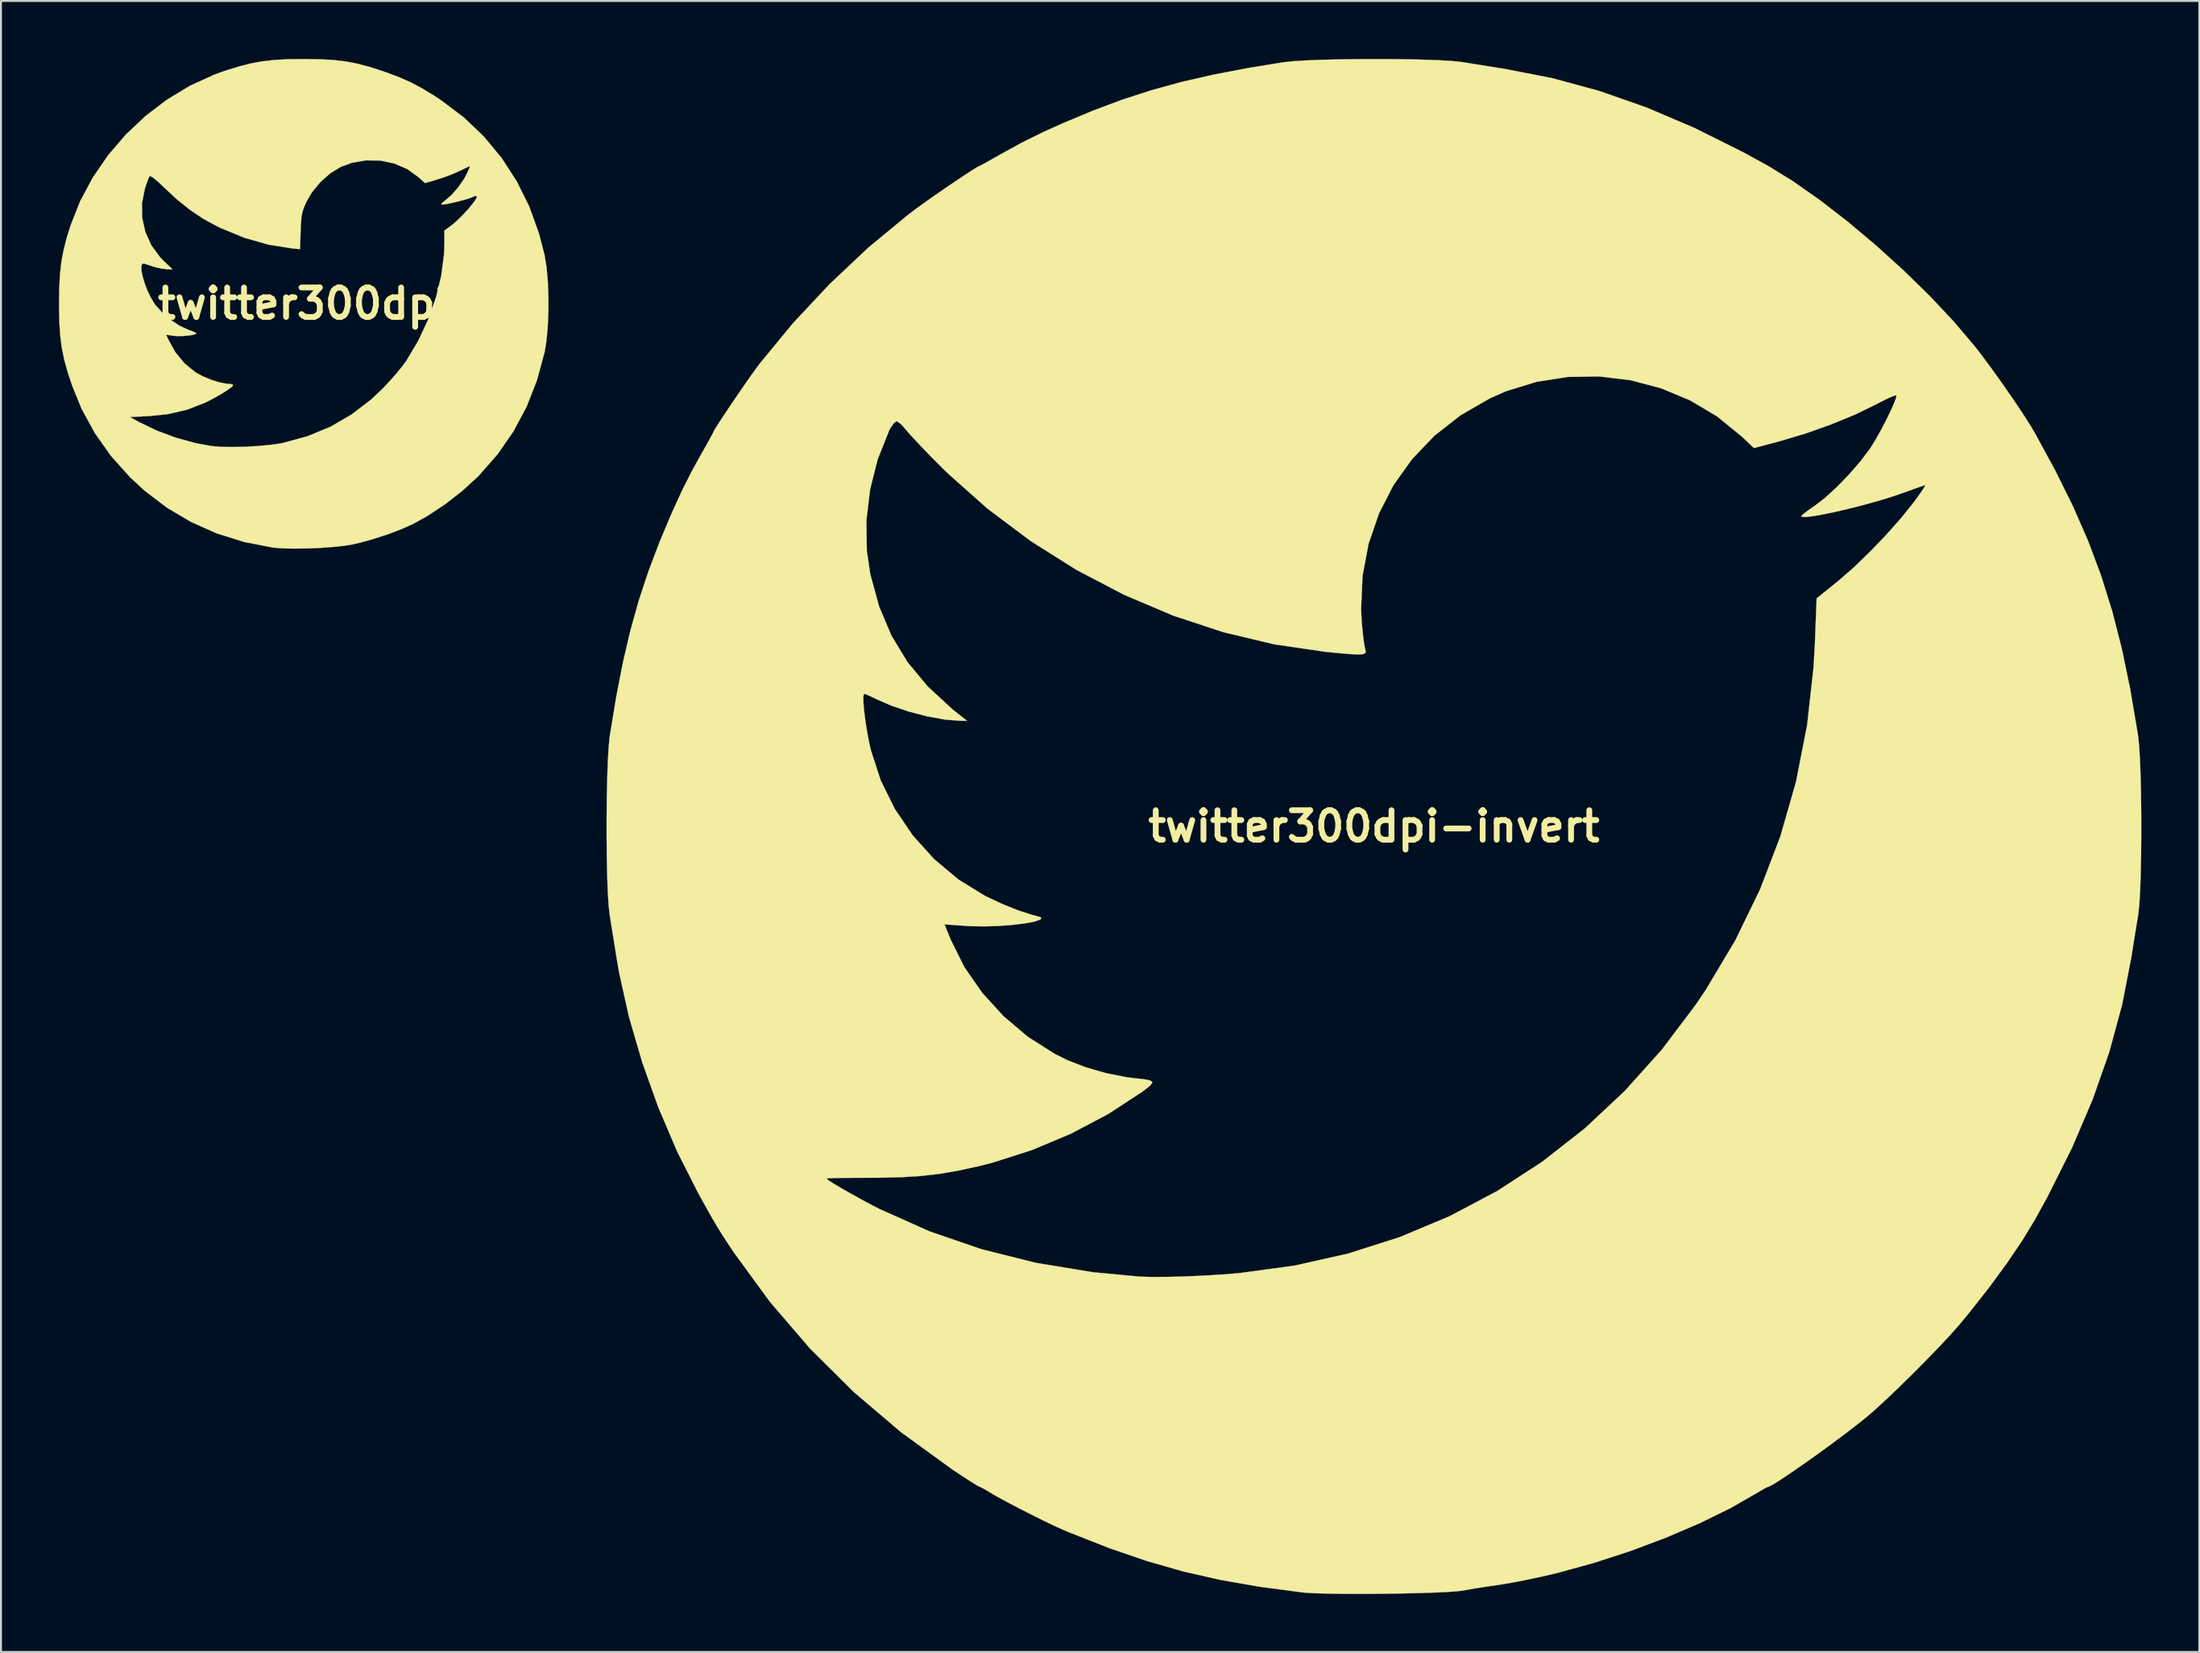
<source format=kicad_pcb>
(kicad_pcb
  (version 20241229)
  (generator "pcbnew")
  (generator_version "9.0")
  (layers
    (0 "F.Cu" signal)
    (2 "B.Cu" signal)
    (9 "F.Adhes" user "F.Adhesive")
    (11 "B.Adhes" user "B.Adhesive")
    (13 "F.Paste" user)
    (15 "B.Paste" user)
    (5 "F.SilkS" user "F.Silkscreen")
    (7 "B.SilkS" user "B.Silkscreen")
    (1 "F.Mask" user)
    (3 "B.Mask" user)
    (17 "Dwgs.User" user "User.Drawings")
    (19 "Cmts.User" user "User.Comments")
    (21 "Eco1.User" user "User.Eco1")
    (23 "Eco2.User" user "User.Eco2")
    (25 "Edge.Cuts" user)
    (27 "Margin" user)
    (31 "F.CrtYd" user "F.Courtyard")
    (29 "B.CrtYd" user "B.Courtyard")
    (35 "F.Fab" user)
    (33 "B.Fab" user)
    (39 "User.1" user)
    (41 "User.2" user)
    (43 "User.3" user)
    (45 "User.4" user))
  (footprint "twitter300dpi"
    (layer "F.Cu")
    (at 12.655 12.655)
    (property "Reference" "twitter300dpi" (at 0 0 0) (layer "F.SilkS") (effects (font (size 1.524 1.524) (thickness 0.3))))
    (attr through_hole)
    (fp_poly (pts (xy 0.829 -12.639) (xy 1.537 -12.601) (xy 2.171 -12.527) (xy 2.778 -12.411) (xy 3.404 -12.246) (xy 4.099 -12.023) (xy 4.239 -11.974) (xy 4.928 -11.717) (xy 5.542 -11.445) (xy 6.138 -11.129) (xy 6.774 -10.74) (xy 7.121 -10.511) (xy 8.288 -9.629) (xy 9.329 -8.635) (xy 10.241 -7.534) (xy 11.021 -6.33) (xy 11.666 -5.03) (xy 12.171 -3.638) (xy 12.463 -2.51) (xy 12.563 -1.889) (xy 12.63 -1.15) (xy 12.661 -0.343) (xy 12.658 0.484) (xy 12.621 1.283) (xy 12.549 2.005) (xy 12.463 2.51) (xy 12.068 3.967) (xy 11.533 5.33) (xy 10.856 6.602) (xy 10.035 7.787) (xy 9.068 8.888) (xy 8.978 8.978) (xy 8.187 9.701) (xy 7.305 10.385) (xy 6.391 10.989) (xy 5.675 11.386) (xy 5.094 11.649) (xy 4.406 11.912) (xy 3.67 12.155) (xy 2.947 12.358) (xy 2.553 12.45) (xy 2.085 12.527) (xy 1.499 12.589) (xy 0.842 12.635) (xy 0.162 12.663) (xy -0.497 12.671) (xy -1.087 12.658) (xy -1.562 12.62) (xy -1.609 12.614) (xy -3.081 12.327) (xy -4.484 11.888) (xy -5.811 11.299) (xy -7.058 10.563) (xy -8.218 9.682) (xy -8.978 8.979) (xy -9.963 7.879) (xy -10.798 6.699) (xy -11.252 5.866) (xy -8.986 5.866) (xy -8.536 6.115) (xy -7.597 6.568) (xy -6.574 6.947) (xy -5.533 7.229) (xy -4.741 7.369) (xy -4.269 7.407) (xy -3.682 7.417) (xy -3.031 7.403) (xy -2.369 7.366) (xy -1.748 7.309) (xy -1.218 7.235) (xy -1.058 7.204) (xy 0.212 6.854) (xy 1.386 6.368) (xy 2.473 5.739) (xy 3.485 4.963) (xy 4.069 4.414) (xy 4.421 4.043) (xy 4.774 3.643) (xy 5.085 3.263) (xy 5.307 2.963) (xy 5.922 1.933) (xy 6.437 0.834) (xy 6.838 -0.301) (xy 7.117 -1.44) (xy 7.262 -2.549) (xy 7.281 -3.09) (xy 7.281 -3.779) (xy 7.674 -4.069) (xy 7.915 -4.274) (xy 8.207 -4.559) (xy 8.496 -4.871) (xy 8.566 -4.952) (xy 8.821 -5.271) (xy 8.952 -5.48) (xy 8.958 -5.577) (xy 8.84 -5.561) (xy 8.731 -5.509) (xy 8.571 -5.446) (xy 8.313 -5.369) (xy 8.003 -5.287) (xy 7.684 -5.212) (xy 7.402 -5.154) (xy 7.199 -5.123) (xy 7.122 -5.127) (xy 7.153 -5.197) (xy 7.285 -5.308) (xy 7.286 -5.309) (xy 7.64 -5.609) (xy 7.994 -6.011) (xy 8.298 -6.455) (xy 8.392 -6.625) (xy 8.512 -6.873) (xy 8.589 -7.049) (xy 8.604 -7.112) (xy 8.516 -7.077) (xy 8.32 -6.986) (xy 8.066 -6.863) (xy 7.719 -6.709) (xy 7.301 -6.549) (xy 6.921 -6.424) (xy 6.277 -6.235) (xy 5.922 -6.556) (xy 5.345 -6.967) (xy 4.684 -7.25) (xy 3.969 -7.4) (xy 3.23 -7.413) (xy 2.499 -7.287) (xy 1.914 -7.07) (xy 1.377 -6.741) (xy 0.868 -6.289) (xy 0.433 -5.763) (xy 0.149 -5.279) (xy 0.025 -5) (xy -0.057 -4.76) (xy -0.108 -4.506) (xy -0.137 -4.186) (xy -0.156 -3.758) (xy -0.187 -2.817) (xy -0.58 -2.854) (xy -1.814 -3.05) (xy -3.06 -3.405) (xy -4.292 -3.911) (xy -4.445 -3.984) (xy -5.187 -4.387) (xy -5.877 -4.848) (xy -6.559 -5.398) (xy -7.193 -5.986) (xy -7.536 -6.31) (xy -7.777 -6.51) (xy -7.924 -6.593) (xy -7.976 -6.581) (xy -8.035 -6.45) (xy -8.123 -6.211) (xy -8.213 -5.939) (xy -8.362 -5.192) (xy -8.351 -4.439) (xy -8.188 -3.706) (xy -7.878 -3.019) (xy -7.429 -2.403) (xy -7.23 -2.2) (xy -6.783 -1.778) (xy -7.061 -1.778) (xy -7.352 -1.811) (xy -7.726 -1.9) (xy -8.114 -2.026) (xy -8.234 -2.073) (xy -8.347 -2.063) (xy -8.395 -1.927) (xy -8.385 -1.692) (xy -8.323 -1.386) (xy -8.218 -1.036) (xy -8.076 -0.668) (xy -7.904 -0.311) (xy -7.71 0.009) (xy -7.672 0.063) (xy -7.324 0.456) (xy -6.891 0.828) (xy -6.427 1.138) (xy -5.986 1.345) (xy -5.948 1.358) (xy -5.725 1.44) (xy -5.574 1.514) (xy -5.557 1.527) (xy -5.583 1.574) (xy -5.736 1.618) (xy -5.973 1.653) (xy -6.252 1.675) (xy -6.531 1.679) (xy -6.768 1.662) (xy -6.776 1.66) (xy -7.109 1.607) (xy -7.008 1.841) (xy -6.636 2.514) (xy -6.154 3.097) (xy -5.591 3.554) (xy -5.586 3.558) (xy -5.222 3.755) (xy -4.797 3.933) (xy -4.372 4.068) (xy -4.005 4.141) (xy -3.887 4.149) (xy -3.712 4.168) (xy -3.641 4.214) (xy -3.711 4.302) (xy -3.902 4.446) (xy -4.183 4.627) (xy -4.522 4.825) (xy -4.887 5.02) (xy -5.106 5.127) (xy -6.035 5.488) (xy -7.034 5.718) (xy -8.028 5.819) (xy -8.986 5.866) (xy -11.252 5.866) (xy -11.485 5.439) (xy -11.974 4.239) (xy -12.209 3.528) (xy -12.384 2.892) (xy -12.509 2.285) (xy -12.59 1.659) (xy -12.634 0.969) (xy -12.65 0.166) (xy -12.65 0) (xy -12.639 -0.823) (xy -12.602 -1.526) (xy -12.531 -2.154) (xy -12.419 -2.755) (xy -12.261 -3.377) (xy -12.061 -4.027) (xy -11.555 -5.308) (xy -10.901 -6.529) (xy -10.111 -7.679) (xy -9.2 -8.741) (xy -8.181 -9.703) (xy -7.07 -10.55) (xy -5.878 -11.269) (xy -4.622 -11.845) (xy -4.022 -12.059) (xy -3.339 -12.269) (xy -2.725 -12.425) (xy -2.131 -12.534) (xy -1.51 -12.603) (xy -0.816 -12.64) (xy 0 -12.65) (xy 0.829 -12.639)) (stroke (width 0.01) (type solid)) (fill yes) (layer "F.SilkS")))
  (footprint "twitter300dpi-invert"
    (layer "F.Cu")
    (at 68.015 39.694)
    (property "Reference" "twitter300dpi-invert" (at 0 0 0) (layer "F.SilkS") (effects (font (size 1.524 1.524) (thickness 0.3))))
    (attr through_hole)
    (fp_poly (pts (xy 1.499 -39.68) (xy 2.473 -39.66) (xy 3.334 -39.63) (xy 4.036 -39.589) (xy 4.534 -39.537) (xy 4.572 -39.531) (xy 5.143 -39.439) (xy 5.843 -39.326) (xy 6.552 -39.213) (xy 6.795 -39.175) (xy 9.233 -38.699) (xy 11.658 -38.039) (xy 14.097 -37.185) (xy 16.579 -36.127) (xy 19.129 -34.854) (xy 20.38 -34.167) (xy 21.678 -33.367) (xy 23.071 -32.389) (xy 24.515 -31.271) (xy 25.97 -30.049) (xy 27.392 -28.76) (xy 28.741 -27.442) (xy 29.974 -26.131) (xy 31.05 -24.865) (xy 31.378 -24.444) (xy 31.927 -23.705) (xy 32.495 -22.912) (xy 33.045 -22.12) (xy 33.541 -21.381) (xy 33.946 -20.748) (xy 34.177 -20.362) (xy 35.242 -18.403) (xy 36.159 -16.551) (xy 36.944 -14.755) (xy 37.614 -12.965) (xy 38.188 -11.129) (xy 38.682 -9.196) (xy 39.114 -7.116) (xy 39.501 -4.836) (xy 39.522 -4.699) (xy 39.576 -4.195) (xy 39.62 -3.488) (xy 39.653 -2.624) (xy 39.676 -1.648) (xy 39.688 -0.605) (xy 39.689 0.461) (xy 39.68 1.503) (xy 39.66 2.477) (xy 39.629 3.337) (xy 39.588 4.038) (xy 39.536 4.535) (xy 39.53 4.572) (xy 39.436 5.143) (xy 39.323 5.843) (xy 39.21 6.552) (xy 39.172 6.795) (xy 38.694 9.245) (xy 38.031 11.68) (xy 37.174 14.126) (xy 36.112 16.612) (xy 34.834 19.166) (xy 34.179 20.357) (xy 33.537 21.413) (xy 32.741 22.59) (xy 31.827 23.838) (xy 30.829 25.108) (xy 30.273 25.781) (xy 29.818 26.296) (xy 29.231 26.924) (xy 28.555 27.622) (xy 27.835 28.346) (xy 27.115 29.052) (xy 26.44 29.694) (xy 25.855 30.23) (xy 25.463 30.566) (xy 24.93 30.989) (xy 24.314 31.462) (xy 23.647 31.959) (xy 22.963 32.457) (xy 22.295 32.932) (xy 21.677 33.362) (xy 21.142 33.722) (xy 20.724 33.989) (xy 20.455 34.139) (xy 20.382 34.163) (xy 20.243 34.225) (xy 19.972 34.38) (xy 19.841 34.46) (xy 18.451 35.257) (xy 16.858 36.04) (xy 15.115 36.787) (xy 13.274 37.479) (xy 11.386 38.094) (xy 9.504 38.611) (xy 9.335 38.652) (xy 8.572 38.828) (xy 7.779 38.995) (xy 7.044 39.136) (xy 6.457 39.232) (xy 6.413 39.238) (xy 5.808 39.325) (xy 5.212 39.419) (xy 4.733 39.503) (xy 4.636 39.522) (xy 4.3 39.564) (xy 3.754 39.602) (xy 3.04 39.634) (xy 2.201 39.66) (xy 1.28 39.68) (xy 0.32 39.692) (xy -0.636 39.698) (xy -1.545 39.696) (xy -2.364 39.685) (xy -3.049 39.665) (xy -3.559 39.636) (xy -3.683 39.624) (xy -5.899 39.332) (xy -7.938 38.976) (xy -9.87 38.536) (xy -11.767 37.992) (xy -13.702 37.327) (xy -15.745 36.522) (xy -16.066 36.388) (xy -16.492 36.196) (xy -17.059 35.924) (xy -17.705 35.604) (xy -18.367 35.266) (xy -18.982 34.944) (xy -19.49 34.668) (xy -19.816 34.478) (xy -20.127 34.291) (xy -20.342 34.178) (xy -20.388 34.163) (xy -20.516 34.096) (xy -20.811 33.914) (xy -21.233 33.642) (xy -21.738 33.308) (xy -21.816 33.256) (xy -24.448 31.345) (xy -26.9 29.261) (xy -29.165 27.01) (xy -31.236 24.6) (xy -33.106 22.038) (xy -33.123 22.013) (xy -33.459 21.508) (xy -33.729 21.091) (xy -33.97 20.703) (xy -34.216 20.285) (xy -34.503 19.777) (xy -34.867 19.12) (xy -34.976 18.923) (xy -35.333 18.216) (xy -28.321 18.216) (xy -28.216 18.305) (xy -27.932 18.487) (xy -27.514 18.735) (xy -27.007 19.024) (xy -26.457 19.327) (xy -25.909 19.619) (xy -25.544 19.805) (xy -22.981 20.949) (xy -20.295 21.872) (xy -17.486 22.575) (xy -14.551 23.059) (xy -12.129 23.287) (xy -11.512 23.307) (xy -10.708 23.303) (xy -9.781 23.279) (xy -8.797 23.236) (xy -7.821 23.177) (xy -6.985 23.109) (xy -4.115 22.72) (xy -1.337 22.096) (xy 1.343 21.241) (xy 3.916 20.161) (xy 6.373 18.861) (xy 8.707 17.345) (xy 10.909 15.619) (xy 12.971 13.687) (xy 14.886 11.555) (xy 16.645 9.226) (xy 17.17 8.445) (xy 18.691 5.895) (xy 19.974 3.254) (xy 21.02 0.521) (xy 21.83 -2.304) (xy 22.403 -5.221) (xy 22.739 -8.231) (xy 22.81 -9.519) (xy 22.898 -11.792) (xy 24.025 -12.704) (xy 24.8 -13.378) (xy 25.644 -14.191) (xy 26.49 -15.073) (xy 27.272 -15.955) (xy 27.924 -16.766) (xy 27.993 -16.859) (xy 28.26 -17.232) (xy 28.447 -17.511) (xy 28.522 -17.647) (xy 28.52 -17.653) (xy 28.384 -17.612) (xy 28.068 -17.502) (xy 27.628 -17.343) (xy 27.409 -17.263) (xy 26.802 -17.055) (xy 26.108 -16.843) (xy 25.367 -16.636) (xy 24.617 -16.444) (xy 23.898 -16.276) (xy 23.249 -16.14) (xy 22.71 -16.045) (xy 22.319 -16.002) (xy 22.117 -16.017) (xy 22.098 -16.042) (xy 22.196 -16.145) (xy 22.45 -16.34) (xy 22.785 -16.571) (xy 23.334 -16.994) (xy 23.958 -17.566) (xy 24.595 -18.225) (xy 25.183 -18.905) (xy 25.661 -19.542) (xy 25.691 -19.587) (xy 25.949 -20.006) (xy 26.226 -20.499) (xy 26.496 -21.016) (xy 26.735 -21.505) (xy 26.916 -21.917) (xy 27.016 -22.199) (xy 27.021 -22.297) (xy 26.889 -22.27) (xy 26.59 -22.142) (xy 26.18 -21.938) (xy 25.998 -21.842) (xy 24.917 -21.314) (xy 23.668 -20.798) (xy 22.34 -20.326) (xy 21.057 -19.943) (xy 19.656 -19.568) (xy 19.025 -20.166) (xy 17.749 -21.205) (xy 16.346 -22.039) (xy 14.843 -22.664) (xy 13.27 -23.077) (xy 11.654 -23.273) (xy 10.026 -23.247) (xy 8.413 -22.995) (xy 6.845 -22.513) (xy 6.001 -22.143) (xy 4.48 -21.264) (xy 3.135 -20.211) (xy 1.977 -19.003) (xy 1.015 -17.656) (xy 0.261 -16.188) (xy -0.278 -14.615) (xy -0.59 -12.956) (xy -0.665 -11.227) (xy -0.629 -10.535) (xy -0.578 -10.001) (xy -0.521 -9.537) (xy -0.467 -9.223) (xy -0.453 -9.17) (xy -0.424 -9.042) (xy -0.455 -8.955) (xy -0.579 -8.906) (xy -0.83 -8.892) (xy -1.239 -8.913) (xy -1.842 -8.964) (xy -2.486 -9.027) (xy -5.139 -9.413) (xy -7.78 -10.042) (xy -10.385 -10.902) (xy -12.931 -11.982) (xy -15.396 -13.272) (xy -17.755 -14.759) (xy -19.987 -16.433) (xy -22.067 -18.283) (xy -22.458 -18.668) (xy -22.977 -19.194) (xy -23.456 -19.692) (xy -23.855 -20.117) (xy -24.135 -20.43) (xy -24.219 -20.532) (xy -24.454 -20.796) (xy -24.65 -20.944) (xy -24.693 -20.955) (xy -24.838 -20.851) (xy -25.017 -20.589) (xy -25.074 -20.479) (xy -25.667 -18.989) (xy -26.062 -17.422) (xy -26.252 -15.83) (xy -26.23 -14.263) (xy -26.052 -13.049) (xy -25.594 -11.376) (xy -24.957 -9.867) (xy -24.125 -8.496) (xy -23.081 -7.237) (xy -21.808 -6.063) (xy -21.541 -5.849) (xy -21.047 -5.461) (xy -21.414 -5.462) (xy -22.193 -5.524) (xy -23.105 -5.691) (xy -24.062 -5.94) (xy -24.976 -6.25) (xy -25.682 -6.558) (xy -26.034 -6.727) (xy -26.29 -6.836) (xy -26.367 -6.858) (xy -26.409 -6.742) (xy -26.408 -6.429) (xy -26.369 -5.97) (xy -26.299 -5.417) (xy -26.203 -4.822) (xy -26.089 -4.237) (xy -26.019 -3.937) (xy -25.509 -2.374) (xy -24.778 -0.895) (xy -23.85 0.471) (xy -22.748 1.694) (xy -21.495 2.745) (xy -20.114 3.595) (xy -20.033 3.636) (xy -19.193 4.028) (xy -18.368 4.357) (xy -17.644 4.588) (xy -17.464 4.633) (xy -17.226 4.707) (xy -17.215 4.784) (xy -17.28 4.828) (xy -17.59 4.932) (xy -18.093 5.024) (xy -18.728 5.099) (xy -19.432 5.15) (xy -20.146 5.174) (xy -20.808 5.164) (xy -20.979 5.154) (xy -22.212 5.069) (xy -21.887 5.868) (xy -21.182 7.282) (xy -20.26 8.611) (xy -19.155 9.823) (xy -17.899 10.884) (xy -16.524 11.759) (xy -15.847 12.097) (xy -14.898 12.464) (xy -13.834 12.769) (xy -12.791 12.975) (xy -12.446 13.018) (xy -11.884 13.08) (xy -11.559 13.146) (xy -11.457 13.243) (xy -11.562 13.396) (xy -11.859 13.633) (xy -12.021 13.751) (xy -13.761 14.888) (xy -15.671 15.894) (xy -17.688 16.741) (xy -19.746 17.4) (xy -20.447 17.577) (xy -21.503 17.806) (xy -22.472 17.972) (xy -23.433 18.083) (xy -24.464 18.147) (xy -25.641 18.173) (xy -26.111 18.174) (xy -26.828 18.176) (xy -27.448 18.182) (xy -27.931 18.191) (xy -28.234 18.204) (xy -28.321 18.216) (xy -35.333 18.216) (xy -36.046 16.804) (xy -37.012 14.539) (xy -37.849 12.197) (xy -38.535 9.845) (xy -39.045 7.55) (xy -39.175 6.795) (xy -39.283 6.114) (xy -39.398 5.397) (xy -39.5 4.763) (xy -39.531 4.572) (xy -39.584 4.097) (xy -39.626 3.413) (xy -39.658 2.567) (xy -39.678 1.602) (xy -39.689 0.564) (xy -39.688 -0.501) (xy -39.677 -1.549) (xy -39.655 -2.534) (xy -39.623 -3.41) (xy -39.581 -4.134) (xy -39.528 -4.658) (xy -39.522 -4.699) (xy -39.194 -6.69) (xy -38.845 -8.481) (xy -38.461 -10.125) (xy -38.027 -11.677) (xy -37.527 -13.19) (xy -36.948 -14.717) (xy -36.348 -16.143) (xy -35.808 -17.329) (xy -35.273 -18.391) (xy -34.775 -19.29) (xy -34.513 -19.751) (xy -34.308 -20.121) (xy -34.185 -20.352) (xy -34.163 -20.402) (xy -34.095 -20.533) (xy -33.909 -20.829) (xy -33.634 -21.249) (xy -33.299 -21.751) (xy -32.932 -22.292) (xy -32.562 -22.83) (xy -32.217 -23.323) (xy -31.925 -23.728) (xy -31.774 -23.931) (xy -30.044 -26.032) (xy -28.152 -28.052) (xy -26.151 -29.937) (xy -24.098 -31.633) (xy -23.696 -31.936) (xy -23.288 -32.233) (xy -22.793 -32.582) (xy -22.256 -32.955) (xy -21.717 -33.321) (xy -21.219 -33.654) (xy -20.805 -33.924) (xy -20.516 -34.103) (xy -20.398 -34.163) (xy -20.277 -34.222) (xy -19.987 -34.381) (xy -19.576 -34.612) (xy -19.29 -34.775) (xy -18.238 -35.353) (xy -17.165 -35.885) (xy -16.143 -36.348) (xy -14.556 -37.012) (xy -13.033 -37.583) (xy -11.519 -38.075) (xy -9.96 -38.503) (xy -8.303 -38.883) (xy -6.494 -39.229) (xy -4.699 -39.522) (xy -4.197 -39.576) (xy -3.492 -39.619) (xy -2.629 -39.653) (xy -1.653 -39.675) (xy -0.61 -39.687) (xy 0.456 -39.689) (xy 1.499 -39.68)) (stroke (width 0.01) (type solid)) (fill yes) (layer "F.SilkS")))
  (gr_rect
    (start -3 -3)
    (end 110.709 82.397)
    (stroke (width 0.1) (type default))
    (fill no)
    (layer "Edge.Cuts")))
</source>
